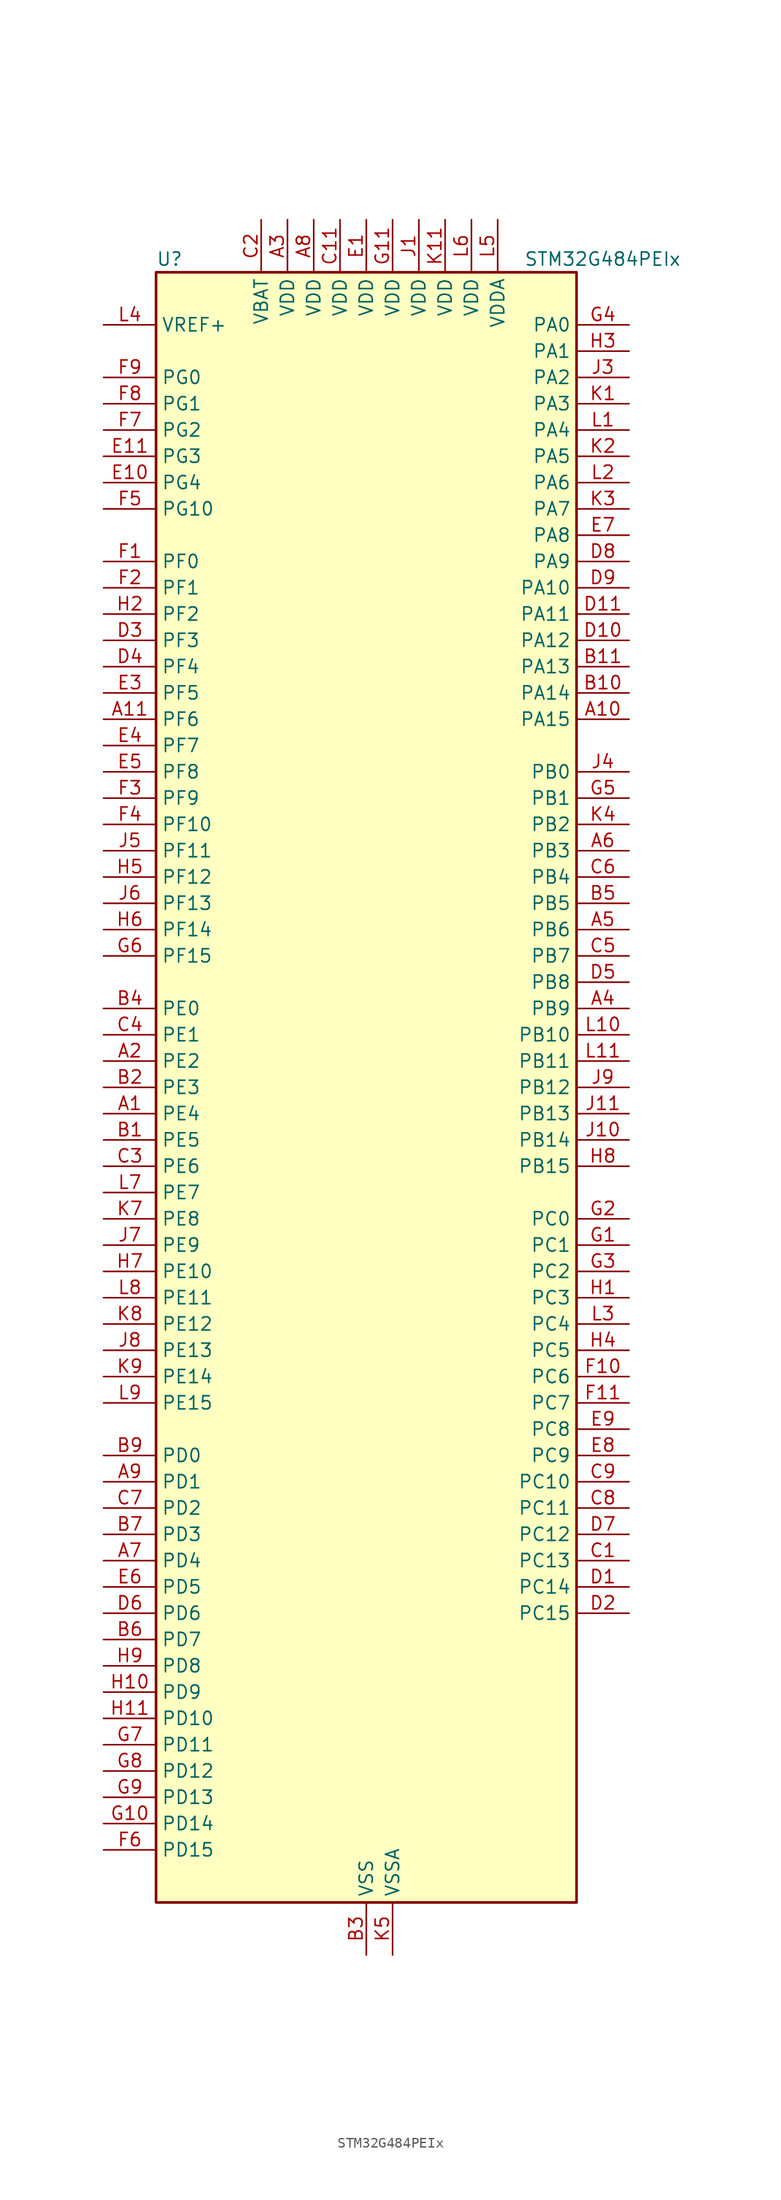
<source format=kicad_sym>
(kicad_symbol_lib
  (version 20241209)
  (generator "kicad_symbol_editor")
  (generator_version "9.0")
  (symbol "STM32G484PEIx"
    (property "Reference" "U"
      (at -20.32 80.01 0)
      (effects (font (size 1.27 1.27)) (justify left)))
    (property "Value" "STM32G484PEIx"
      (at 15.24 80.01 0)
      (effects (font (size 1.27 1.27)) (justify left)))
    (symbol "STM32G484PEIx_0_1"
      (rectangle (start -20.32 -78.74) (end 20.32 78.74) (stroke (width 0.254) (type default)) (fill (type background))))
    (symbol "STM32G484PEIx_1_1"
      (pin input line (at -25.4 73.66 0) (length 5.08) (name "VREF+" (effects (font (size 1.27 1.27)))) (number "L4" (effects (font (size 1.27 1.27)))) (alternate "VREFBUF_OUT" bidirectional line))
      (pin bidirectional line (at -25.4 68.58 0) (length 5.08) (name "PG0" (effects (font (size 1.27 1.27)))) (number "F9" (effects (font (size 1.27 1.27)))) (alternate "FMC_A10" bidirectional line) (alternate "TIM20_CH1N" bidirectional line))
      (pin bidirectional line (at -25.4 66.04 0) (length 5.08) (name "PG1" (effects (font (size 1.27 1.27)))) (number "F8" (effects (font (size 1.27 1.27)))) (alternate "FMC_A11" bidirectional line) (alternate "TIM20_CH2N" bidirectional line))
      (pin bidirectional line (at -25.4 63.5 0) (length 5.08) (name "PG2" (effects (font (size 1.27 1.27)))) (number "F7" (effects (font (size 1.27 1.27)))) (alternate "ADC3_EXTI2" bidirectional line) (alternate "ADC4_EXTI2" bidirectional line) (alternate "ADC5_EXTI2" bidirectional line) (alternate "FMC_A12" bidirectional line) (alternate "SPI1_SCK" bidirectional line) (alternate "TIM20_CH3N" bidirectional line))
      (pin bidirectional line (at -25.4 60.96 0) (length 5.08) (name "PG3" (effects (font (size 1.27 1.27)))) (number "E11" (effects (font (size 1.27 1.27)))) (alternate "ADC3_EXTI3" bidirectional line) (alternate "ADC4_EXTI3" bidirectional line) (alternate "ADC5_EXTI3" bidirectional line) (alternate "FMC_A13" bidirectional line) (alternate "I2C4_SCL" bidirectional line) (alternate "SPI1_MISO" bidirectional line) (alternate "TIM20_BKIN" bidirectional line) (alternate "TIM20_CH4N" bidirectional line))
      (pin bidirectional line (at -25.4 58.42 0) (length 5.08) (name "PG4" (effects (font (size 1.27 1.27)))) (number "E10" (effects (font (size 1.27 1.27)))) (alternate "FMC_A14" bidirectional line) (alternate "I2C4_SDA" bidirectional line) (alternate "SPI1_MOSI" bidirectional line) (alternate "TIM20_BKIN2" bidirectional line))
      (pin bidirectional line (at -25.4 55.88 0) (length 5.08) (name "PG10" (effects (font (size 1.27 1.27)))) (number "F5" (effects (font (size 1.27 1.27)))) (alternate "DAC1_EXTI10" bidirectional line) (alternate "DAC2_EXTI10" bidirectional line) (alternate "DAC3_EXTI10" bidirectional line) (alternate "DAC4_EXTI10" bidirectional line) (alternate "RCC_MCO" bidirectional line))
      (pin bidirectional line (at -25.4 50.8 0) (length 5.08) (name "PF0" (effects (font (size 1.27 1.27)))) (number "F1" (effects (font (size 1.27 1.27)))) (alternate "ADC1_IN10" bidirectional line) (alternate "I2C2_SDA" bidirectional line) (alternate "I2S2_WS" bidirectional line) (alternate "RCC_OSC_IN" bidirectional line) (alternate "SPI2_NSS" bidirectional line) (alternate "TIM1_CH3N" bidirectional line))
      (pin bidirectional line (at -25.4 48.26 0) (length 5.08) (name "PF1" (effects (font (size 1.27 1.27)))) (number "F2" (effects (font (size 1.27 1.27)))) (alternate "ADC2_IN10" bidirectional line) (alternate "COMP3_INM" bidirectional line) (alternate "I2S2_CK" bidirectional line) (alternate "RCC_OSC_OUT" bidirectional line) (alternate "SPI2_SCK" bidirectional line))
      (pin bidirectional line (at -25.4 45.72 0) (length 5.08) (name "PF2" (effects (font (size 1.27 1.27)))) (number "H2" (effects (font (size 1.27 1.27)))) (alternate "ADC3_EXTI2" bidirectional line) (alternate "ADC4_EXTI2" bidirectional line) (alternate "ADC5_EXTI2" bidirectional line) (alternate "FMC_A2" bidirectional line) (alternate "I2C2_SMBA" bidirectional line) (alternate "TIM20_CH3" bidirectional line))
      (pin bidirectional line (at -25.4 43.18 0) (length 5.08) (name "PF3" (effects (font (size 1.27 1.27)))) (number "D3" (effects (font (size 1.27 1.27)))) (alternate "ADC3_EXTI3" bidirectional line) (alternate "ADC4_EXTI3" bidirectional line) (alternate "ADC5_EXTI3" bidirectional line) (alternate "FMC_A3" bidirectional line) (alternate "I2C3_SCL" bidirectional line) (alternate "TIM20_CH4" bidirectional line))
      (pin bidirectional line (at -25.4 40.64 0) (length 5.08) (name "PF4" (effects (font (size 1.27 1.27)))) (number "D4" (effects (font (size 1.27 1.27)))) (alternate "COMP1_OUT" bidirectional line) (alternate "FMC_A4" bidirectional line) (alternate "I2C3_SDA" bidirectional line) (alternate "TIM20_CH1N" bidirectional line))
      (pin bidirectional line (at -25.4 38.1 0) (length 5.08) (name "PF5" (effects (font (size 1.27 1.27)))) (number "E3" (effects (font (size 1.27 1.27)))) (alternate "FMC_A5" bidirectional line) (alternate "TIM20_CH2N" bidirectional line))
      (pin bidirectional line (at -25.4 35.56 0) (length 5.08) (name "PF6" (effects (font (size 1.27 1.27)))) (number "A11" (effects (font (size 1.27 1.27)))) (alternate "I2C2_SCL" bidirectional line) (alternate "QUADSPI1_BK1_IO3" bidirectional line) (alternate "SAI1_SD_B" bidirectional line) (alternate "TIM4_CH4" bidirectional line) (alternate "TIM5_CH1" bidirectional line) (alternate "TIM5_ETR" bidirectional line) (alternate "USART3_RTS" bidirectional line))
      (pin bidirectional line (at -25.4 33.02 0) (length 5.08) (name "PF7" (effects (font (size 1.27 1.27)))) (number "E4" (effects (font (size 1.27 1.27)))) (alternate "FMC_A1" bidirectional line) (alternate "QUADSPI1_BK1_IO2" bidirectional line) (alternate "SAI1_MCLK_B" bidirectional line) (alternate "TIM20_BKIN" bidirectional line) (alternate "TIM5_CH2" bidirectional line))
      (pin bidirectional line (at -25.4 30.48 0) (length 5.08) (name "PF8" (effects (font (size 1.27 1.27)))) (number "E5" (effects (font (size 1.27 1.27)))) (alternate "FMC_A24" bidirectional line) (alternate "QUADSPI1_BK1_IO0" bidirectional line) (alternate "SAI1_SCK_B" bidirectional line) (alternate "TIM20_BKIN2" bidirectional line) (alternate "TIM5_CH3" bidirectional line))
      (pin bidirectional line (at -25.4 27.94 0) (length 5.08) (name "PF9" (effects (font (size 1.27 1.27)))) (number "F3" (effects (font (size 1.27 1.27)))) (alternate "DAC1_EXTI9" bidirectional line) (alternate "DAC2_EXTI9" bidirectional line) (alternate "DAC3_EXTI9" bidirectional line) (alternate "DAC4_EXTI9" bidirectional line) (alternate "FMC_A25" bidirectional line) (alternate "QUADSPI1_BK1_IO1" bidirectional line) (alternate "SAI1_FS_B" bidirectional line) (alternate "SPI2_SCK" bidirectional line) (alternate "TIM15_CH1" bidirectional line) (alternate "TIM20_BKIN" bidirectional line) (alternate "TIM5_CH4" bidirectional line))
      (pin bidirectional line (at -25.4 25.4 0) (length 5.08) (name "PF10" (effects (font (size 1.27 1.27)))) (number "F4" (effects (font (size 1.27 1.27)))) (alternate "DAC1_EXTI10" bidirectional line) (alternate "DAC2_EXTI10" bidirectional line) (alternate "DAC3_EXTI10" bidirectional line) (alternate "DAC4_EXTI10" bidirectional line) (alternate "FMC_A0" bidirectional line) (alternate "QUADSPI1_CLK" bidirectional line) (alternate "SAI1_D3" bidirectional line) (alternate "SPI2_SCK" bidirectional line) (alternate "TIM15_CH2" bidirectional line) (alternate "TIM20_BKIN2" bidirectional line))
      (pin bidirectional line (at -25.4 22.86 0) (length 5.08) (name "PF11" (effects (font (size 1.27 1.27)))) (number "J5" (effects (font (size 1.27 1.27)))) (alternate "ADC1_EXTI11" bidirectional line) (alternate "ADC2_EXTI11" bidirectional line) (alternate "FMC_NE4" bidirectional line) (alternate "TIM20_ETR" bidirectional line))
      (pin bidirectional line (at -25.4 20.32 0) (length 5.08) (name "PF12" (effects (font (size 1.27 1.27)))) (number "H5" (effects (font (size 1.27 1.27)))) (alternate "FMC_A6" bidirectional line) (alternate "TIM20_CH1" bidirectional line))
      (pin bidirectional line (at -25.4 17.78 0) (length 5.08) (name "PF13" (effects (font (size 1.27 1.27)))) (number "J6" (effects (font (size 1.27 1.27)))) (alternate "FMC_A7" bidirectional line) (alternate "I2C4_SMBA" bidirectional line) (alternate "TIM20_CH2" bidirectional line))
      (pin bidirectional line (at -25.4 15.24 0) (length 5.08) (name "PF14" (effects (font (size 1.27 1.27)))) (number "H6" (effects (font (size 1.27 1.27)))) (alternate "FMC_A8" bidirectional line) (alternate "I2C4_SCL" bidirectional line) (alternate "TIM20_CH3" bidirectional line))
      (pin bidirectional line (at -25.4 12.7 0) (length 5.08) (name "PF15" (effects (font (size 1.27 1.27)))) (number "G6" (effects (font (size 1.27 1.27)))) (alternate "ADC1_EXTI15" bidirectional line) (alternate "ADC2_EXTI15" bidirectional line) (alternate "FMC_A9" bidirectional line) (alternate "I2C4_SDA" bidirectional line) (alternate "TIM20_CH4" bidirectional line))
      (pin bidirectional line (at -25.4 7.62 0) (length 5.08) (name "PE0" (effects (font (size 1.27 1.27)))) (number "B4" (effects (font (size 1.27 1.27)))) (alternate "FMC_NBL0" bidirectional line) (alternate "TIM16_CH1" bidirectional line) (alternate "TIM20_CH4N" bidirectional line) (alternate "TIM20_ETR" bidirectional line) (alternate "TIM4_ETR" bidirectional line) (alternate "USART1_TX" bidirectional line))
      (pin bidirectional line (at -25.4 5.08 0) (length 5.08) (name "PE1" (effects (font (size 1.27 1.27)))) (number "C4" (effects (font (size 1.27 1.27)))) (alternate "FMC_NBL1" bidirectional line) (alternate "TIM17_CH1" bidirectional line) (alternate "TIM20_CH4" bidirectional line) (alternate "USART1_RX" bidirectional line))
      (pin bidirectional line (at -25.4 2.54 0) (length 5.08) (name "PE2" (effects (font (size 1.27 1.27)))) (number "A2" (effects (font (size 1.27 1.27)))) (alternate "ADC3_EXTI2" bidirectional line) (alternate "ADC4_EXTI2" bidirectional line) (alternate "ADC5_EXTI2" bidirectional line) (alternate "FMC_A23" bidirectional line) (alternate "SAI1_CK1" bidirectional line) (alternate "SAI1_MCLK_A" bidirectional line) (alternate "SPI4_SCK" bidirectional line) (alternate "SYS_TRACECLK" bidirectional line) (alternate "TIM20_CH1" bidirectional line) (alternate "TIM3_CH1" bidirectional line))
      (pin bidirectional line (at -25.4 0 0) (length 5.08) (name "PE3" (effects (font (size 1.27 1.27)))) (number "B2" (effects (font (size 1.27 1.27)))) (alternate "ADC3_EXTI3" bidirectional line) (alternate "ADC4_EXTI3" bidirectional line) (alternate "ADC5_EXTI3" bidirectional line) (alternate "FMC_A19" bidirectional line) (alternate "SAI1_SD_B" bidirectional line) (alternate "SPI4_NSS" bidirectional line) (alternate "SYS_TRACED0" bidirectional line) (alternate "TIM20_CH2" bidirectional line) (alternate "TIM3_CH2" bidirectional line))
      (pin bidirectional line (at -25.4 -2.54 0) (length 5.08) (name "PE4" (effects (font (size 1.27 1.27)))) (number "A1" (effects (font (size 1.27 1.27)))) (alternate "FMC_A20" bidirectional line) (alternate "SAI1_D2" bidirectional line) (alternate "SAI1_FS_A" bidirectional line) (alternate "SPI4_NSS" bidirectional line) (alternate "SYS_TRACED1" bidirectional line) (alternate "TIM20_CH1N" bidirectional line) (alternate "TIM3_CH3" bidirectional line))
      (pin bidirectional line (at -25.4 -5.08 0) (length 5.08) (name "PE5" (effects (font (size 1.27 1.27)))) (number "B1" (effects (font (size 1.27 1.27)))) (alternate "FMC_A21" bidirectional line) (alternate "SAI1_CK2" bidirectional line) (alternate "SAI1_SCK_A" bidirectional line) (alternate "SPI4_MISO" bidirectional line) (alternate "SYS_TRACED2" bidirectional line) (alternate "TIM20_CH2N" bidirectional line) (alternate "TIM3_CH4" bidirectional line))
      (pin bidirectional line (at -25.4 -7.62 0) (length 5.08) (name "PE6" (effects (font (size 1.27 1.27)))) (number "C3" (effects (font (size 1.27 1.27)))) (alternate "FMC_A22" bidirectional line) (alternate "RTC_TAMP3" bidirectional line) (alternate "SAI1_D1" bidirectional line) (alternate "SAI1_SD_A" bidirectional line) (alternate "SPI4_MOSI" bidirectional line) (alternate "SYS_TRACED3" bidirectional line) (alternate "SYS_WKUP3" bidirectional line) (alternate "TIM20_CH3N" bidirectional line))
      (pin bidirectional line (at -25.4 -10.16 0) (length 5.08) (name "PE7" (effects (font (size 1.27 1.27)))) (number "L7" (effects (font (size 1.27 1.27)))) (alternate "ADC3_IN4" bidirectional line) (alternate "COMP4_INP" bidirectional line) (alternate "FMC_D4" bidirectional line) (alternate "FMC_DA4" bidirectional line) (alternate "SAI1_SD_B" bidirectional line) (alternate "TIM1_ETR" bidirectional line))
      (pin bidirectional line (at -25.4 -12.7 0) (length 5.08) (name "PE8" (effects (font (size 1.27 1.27)))) (number "K7" (effects (font (size 1.27 1.27)))) (alternate "ADC3_IN6" bidirectional line) (alternate "ADC4_IN6" bidirectional line) (alternate "ADC5_IN6" bidirectional line) (alternate "COMP4_INM" bidirectional line) (alternate "FMC_D5" bidirectional line) (alternate "FMC_DA5" bidirectional line) (alternate "SAI1_SCK_B" bidirectional line) (alternate "TIM1_CH1N" bidirectional line) (alternate "TIM5_CH3" bidirectional line))
      (pin bidirectional line (at -25.4 -15.24 0) (length 5.08) (name "PE9" (effects (font (size 1.27 1.27)))) (number "J7" (effects (font (size 1.27 1.27)))) (alternate "ADC3_IN2" bidirectional line) (alternate "DAC1_EXTI9" bidirectional line) (alternate "DAC2_EXTI9" bidirectional line) (alternate "DAC3_EXTI9" bidirectional line) (alternate "DAC4_EXTI9" bidirectional line) (alternate "FMC_D6" bidirectional line) (alternate "FMC_DA6" bidirectional line) (alternate "SAI1_FS_B" bidirectional line) (alternate "TIM1_CH1" bidirectional line) (alternate "TIM5_CH4" bidirectional line))
      (pin bidirectional line (at -25.4 -17.78 0) (length 5.08) (name "PE10" (effects (font (size 1.27 1.27)))) (number "H7" (effects (font (size 1.27 1.27)))) (alternate "ADC3_IN14" bidirectional line) (alternate "ADC4_IN14" bidirectional line) (alternate "ADC5_IN14" bidirectional line) (alternate "DAC1_EXTI10" bidirectional line) (alternate "DAC2_EXTI10" bidirectional line) (alternate "DAC3_EXTI10" bidirectional line) (alternate "DAC4_EXTI10" bidirectional line) (alternate "FMC_D7" bidirectional line) (alternate "FMC_DA7" bidirectional line) (alternate "QUADSPI1_CLK" bidirectional line) (alternate "SAI1_MCLK_B" bidirectional line) (alternate "TIM1_CH2N" bidirectional line))
      (pin bidirectional line (at -25.4 -20.32 0) (length 5.08) (name "PE11" (effects (font (size 1.27 1.27)))) (number "L8" (effects (font (size 1.27 1.27)))) (alternate "ADC1_EXTI11" bidirectional line) (alternate "ADC2_EXTI11" bidirectional line) (alternate "ADC3_IN15" bidirectional line) (alternate "ADC4_IN15" bidirectional line) (alternate "ADC5_IN15" bidirectional line) (alternate "FMC_D8" bidirectional line) (alternate "FMC_DA8" bidirectional line) (alternate "QUADSPI1_BK1_NCS" bidirectional line) (alternate "SPI4_NSS" bidirectional line) (alternate "TIM1_CH2" bidirectional line))
      (pin bidirectional line (at -25.4 -22.86 0) (length 5.08) (name "PE12" (effects (font (size 1.27 1.27)))) (number "K8" (effects (font (size 1.27 1.27)))) (alternate "ADC3_IN16" bidirectional line) (alternate "ADC4_IN16" bidirectional line) (alternate "ADC5_IN16" bidirectional line) (alternate "FMC_D9" bidirectional line) (alternate "FMC_DA9" bidirectional line) (alternate "QUADSPI1_BK1_IO0" bidirectional line) (alternate "SPI4_SCK" bidirectional line) (alternate "TIM1_CH3N" bidirectional line))
      (pin bidirectional line (at -25.4 -25.4 0) (length 5.08) (name "PE13" (effects (font (size 1.27 1.27)))) (number "J8" (effects (font (size 1.27 1.27)))) (alternate "ADC3_IN3" bidirectional line) (alternate "FMC_D10" bidirectional line) (alternate "FMC_DA10" bidirectional line) (alternate "QUADSPI1_BK1_IO1" bidirectional line) (alternate "SPI4_MISO" bidirectional line) (alternate "TIM1_CH3" bidirectional line))
      (pin bidirectional line (at -25.4 -27.94 0) (length 5.08) (name "PE14" (effects (font (size 1.27 1.27)))) (number "K9" (effects (font (size 1.27 1.27)))) (alternate "ADC4_IN1" bidirectional line) (alternate "FMC_D11" bidirectional line) (alternate "FMC_DA11" bidirectional line) (alternate "QUADSPI1_BK1_IO2" bidirectional line) (alternate "SPI4_MOSI" bidirectional line) (alternate "TIM1_BKIN2" bidirectional line) (alternate "TIM1_CH4" bidirectional line))
      (pin bidirectional line (at -25.4 -30.48 0) (length 5.08) (name "PE15" (effects (font (size 1.27 1.27)))) (number "L9" (effects (font (size 1.27 1.27)))) (alternate "ADC1_EXTI15" bidirectional line) (alternate "ADC2_EXTI15" bidirectional line) (alternate "ADC4_IN2" bidirectional line) (alternate "FMC_D12" bidirectional line) (alternate "FMC_DA12" bidirectional line) (alternate "QUADSPI1_BK1_IO3" bidirectional line) (alternate "TIM1_BKIN" bidirectional line) (alternate "TIM1_CH4N" bidirectional line) (alternate "USART3_RX" bidirectional line))
      (pin bidirectional line (at -25.4 -35.56 0) (length 5.08) (name "PD0" (effects (font (size 1.27 1.27)))) (number "B9" (effects (font (size 1.27 1.27)))) (alternate "FDCAN1_RX" bidirectional line) (alternate "FMC_D2" bidirectional line) (alternate "FMC_DA2" bidirectional line) (alternate "TIM8_CH4N" bidirectional line))
      (pin bidirectional line (at -25.4 -38.1 0) (length 5.08) (name "PD1" (effects (font (size 1.27 1.27)))) (number "A9" (effects (font (size 1.27 1.27)))) (alternate "FDCAN1_TX" bidirectional line) (alternate "FMC_D3" bidirectional line) (alternate "FMC_DA3" bidirectional line) (alternate "TIM8_BKIN2" bidirectional line) (alternate "TIM8_CH4" bidirectional line))
      (pin bidirectional line (at -25.4 -40.64 0) (length 5.08) (name "PD2" (effects (font (size 1.27 1.27)))) (number "C7" (effects (font (size 1.27 1.27)))) (alternate "ADC3_EXTI2" bidirectional line) (alternate "ADC4_EXTI2" bidirectional line) (alternate "ADC5_EXTI2" bidirectional line) (alternate "TIM3_ETR" bidirectional line) (alternate "TIM8_BKIN" bidirectional line) (alternate "UART5_RX" bidirectional line))
      (pin bidirectional line (at -25.4 -43.18 0) (length 5.08) (name "PD3" (effects (font (size 1.27 1.27)))) (number "B7" (effects (font (size 1.27 1.27)))) (alternate "ADC3_EXTI3" bidirectional line) (alternate "ADC4_EXTI3" bidirectional line) (alternate "ADC5_EXTI3" bidirectional line) (alternate "FMC_CLK" bidirectional line) (alternate "QUADSPI1_BK2_NCS" bidirectional line) (alternate "TIM2_CH1" bidirectional line) (alternate "TIM2_ETR" bidirectional line) (alternate "USART2_CTS" bidirectional line) (alternate "USART2_NSS" bidirectional line))
      (pin bidirectional line (at -25.4 -45.72 0) (length 5.08) (name "PD4" (effects (font (size 1.27 1.27)))) (number "A7" (effects (font (size 1.27 1.27)))) (alternate "FMC_NOE" bidirectional line) (alternate "QUADSPI1_BK2_IO0" bidirectional line) (alternate "TIM2_CH2" bidirectional line) (alternate "USART2_DE" bidirectional line) (alternate "USART2_RTS" bidirectional line))
      (pin bidirectional line (at -25.4 -48.26 0) (length 5.08) (name "PD5" (effects (font (size 1.27 1.27)))) (number "E6" (effects (font (size 1.27 1.27)))) (alternate "FMC_NWE" bidirectional line) (alternate "QUADSPI1_BK2_IO1" bidirectional line) (alternate "USART2_TX" bidirectional line))
      (pin bidirectional line (at -25.4 -50.8 0) (length 5.08) (name "PD6" (effects (font (size 1.27 1.27)))) (number "D6" (effects (font (size 1.27 1.27)))) (alternate "FMC_NWAIT" bidirectional line) (alternate "QUADSPI1_BK2_IO2" bidirectional line) (alternate "SAI1_D1" bidirectional line) (alternate "SAI1_SD_A" bidirectional line) (alternate "TIM2_CH4" bidirectional line) (alternate "USART2_RX" bidirectional line))
      (pin bidirectional line (at -25.4 -53.34 0) (length 5.08) (name "PD7" (effects (font (size 1.27 1.27)))) (number "B6" (effects (font (size 1.27 1.27)))) (alternate "FMC_NCE" bidirectional line) (alternate "FMC_NE1" bidirectional line) (alternate "QUADSPI1_BK2_IO3" bidirectional line) (alternate "TIM2_CH3" bidirectional line) (alternate "USART2_CK" bidirectional line))
      (pin bidirectional line (at -25.4 -55.88 0) (length 5.08) (name "PD8" (effects (font (size 1.27 1.27)))) (number "H9" (effects (font (size 1.27 1.27)))) (alternate "ADC4_IN12" bidirectional line) (alternate "ADC5_IN12" bidirectional line) (alternate "FMC_D13" bidirectional line) (alternate "FMC_DA13" bidirectional line) (alternate "OPAMP4_VINM" bidirectional line) (alternate "OPAMP4_VINM1" bidirectional line) (alternate "OPAMP4_VINM_SEC" bidirectional line) (alternate "USART3_TX" bidirectional line))
      (pin bidirectional line (at -25.4 -58.42 0) (length 5.08) (name "PD9" (effects (font (size 1.27 1.27)))) (number "H10" (effects (font (size 1.27 1.27)))) (alternate "ADC4_IN13" bidirectional line) (alternate "ADC5_IN13" bidirectional line) (alternate "DAC1_EXTI9" bidirectional line) (alternate "DAC2_EXTI9" bidirectional line) (alternate "DAC3_EXTI9" bidirectional line) (alternate "DAC4_EXTI9" bidirectional line) (alternate "FMC_D14" bidirectional line) (alternate "FMC_DA14" bidirectional line) (alternate "OPAMP6_VINP" bidirectional line) (alternate "OPAMP6_VINP_SEC" bidirectional line) (alternate "USART3_RX" bidirectional line))
      (pin bidirectional line (at -25.4 -60.96 0) (length 5.08) (name "PD10" (effects (font (size 1.27 1.27)))) (number "H11" (effects (font (size 1.27 1.27)))) (alternate "ADC3_IN7" bidirectional line) (alternate "ADC4_IN7" bidirectional line) (alternate "ADC5_IN7" bidirectional line) (alternate "COMP6_INM" bidirectional line) (alternate "DAC1_EXTI10" bidirectional line) (alternate "DAC2_EXTI10" bidirectional line) (alternate "DAC3_EXTI10" bidirectional line) (alternate "DAC4_EXTI10" bidirectional line) (alternate "FMC_D15" bidirectional line) (alternate "FMC_DA15" bidirectional line) (alternate "USART3_CK" bidirectional line))
      (pin bidirectional line (at -25.4 -63.5 0) (length 5.08) (name "PD11" (effects (font (size 1.27 1.27)))) (number "G7" (effects (font (size 1.27 1.27)))) (alternate "ADC1_EXTI11" bidirectional line) (alternate "ADC2_EXTI11" bidirectional line) (alternate "ADC3_IN8" bidirectional line) (alternate "ADC4_IN8" bidirectional line) (alternate "ADC5_IN8" bidirectional line) (alternate "COMP6_INP" bidirectional line) (alternate "FMC_A16" bidirectional line) (alternate "FMC_CLE" bidirectional line) (alternate "I2C4_SMBA" bidirectional line) (alternate "OPAMP4_VINP" bidirectional line) (alternate "OPAMP4_VINP_SEC" bidirectional line) (alternate "TIM5_ETR" bidirectional line) (alternate "USART3_CTS" bidirectional line) (alternate "USART3_NSS" bidirectional line))
      (pin bidirectional line (at -25.4 -66.04 0) (length 5.08) (name "PD12" (effects (font (size 1.27 1.27)))) (number "G8" (effects (font (size 1.27 1.27)))) (alternate "ADC3_IN9" bidirectional line) (alternate "ADC4_IN9" bidirectional line) (alternate "ADC5_IN9" bidirectional line) (alternate "COMP5_INP" bidirectional line) (alternate "FMC_A17" bidirectional line) (alternate "FMC_ALE" bidirectional line) (alternate "OPAMP5_VINP" bidirectional line) (alternate "OPAMP5_VINP_SEC" bidirectional line) (alternate "TIM4_CH1" bidirectional line) (alternate "USART3_DE" bidirectional line) (alternate "USART3_RTS" bidirectional line))
      (pin bidirectional line (at -25.4 -68.58 0) (length 5.08) (name "PD13" (effects (font (size 1.27 1.27)))) (number "G9" (effects (font (size 1.27 1.27)))) (alternate "ADC3_IN10" bidirectional line) (alternate "ADC4_IN10" bidirectional line) (alternate "ADC5_IN10" bidirectional line) (alternate "COMP5_INM" bidirectional line) (alternate "FMC_A18" bidirectional line) (alternate "TIM4_CH2" bidirectional line))
      (pin bidirectional line (at -25.4 -71.12 0) (length 5.08) (name "PD14" (effects (font (size 1.27 1.27)))) (number "G10" (effects (font (size 1.27 1.27)))) (alternate "ADC3_IN11" bidirectional line) (alternate "ADC4_IN11" bidirectional line) (alternate "ADC5_IN11" bidirectional line) (alternate "COMP7_INP" bidirectional line) (alternate "FMC_D0" bidirectional line) (alternate "FMC_DA0" bidirectional line) (alternate "OPAMP2_VINP" bidirectional line) (alternate "OPAMP2_VINP_SEC" bidirectional line) (alternate "TIM4_CH3" bidirectional line))
      (pin bidirectional line (at -25.4 -73.66 0) (length 5.08) (name "PD15" (effects (font (size 1.27 1.27)))) (number "F6" (effects (font (size 1.27 1.27)))) (alternate "ADC1_EXTI15" bidirectional line) (alternate "ADC2_EXTI15" bidirectional line) (alternate "COMP7_INM" bidirectional line) (alternate "FMC_D1" bidirectional line) (alternate "FMC_DA1" bidirectional line) (alternate "SPI2_NSS" bidirectional line) (alternate "TIM4_CH4" bidirectional line))
      (pin power_in line (at -10.16 83.82 270) (length 5.08) (name "VBAT" (effects (font (size 1.27 1.27)))) (number "C2" (effects (font (size 1.27 1.27)))))
      (pin power_in line (at -7.62 83.82 270) (length 5.08) (name "VDD" (effects (font (size 1.27 1.27)))) (number "A3" (effects (font (size 1.27 1.27)))))
      (pin power_in line (at -5.08 83.82 270) (length 5.08) (name "VDD" (effects (font (size 1.27 1.27)))) (number "A8" (effects (font (size 1.27 1.27)))))
      (pin power_in line (at -2.54 83.82 270) (length 5.08) (name "VDD" (effects (font (size 1.27 1.27)))) (number "C11" (effects (font (size 1.27 1.27)))))
      (pin power_in line (at 0 83.82 270) (length 5.08) (name "VDD" (effects (font (size 1.27 1.27)))) (number "E1" (effects (font (size 1.27 1.27)))))
      (pin power_in line (at 0 -83.82 90) (length 5.08) (name "VSS" (effects (font (size 1.27 1.27)))) (number "B3" (effects (font (size 1.27 1.27)))))
      (pin passive line (at 0 -83.82 90) (length 5.08) (hide yes) (name "VSS" (effects (font (size 1.27 1.27)))) (number "B8" (effects (font (size 1.27 1.27)))))
      (pin passive line (at 0 -83.82 90) (length 5.08) (hide yes) (name "VSS" (effects (font (size 1.27 1.27)))) (number "C10" (effects (font (size 1.27 1.27)))))
      (pin passive line (at 0 -83.82 90) (length 5.08) (hide yes) (name "VSS" (effects (font (size 1.27 1.27)))) (number "E2" (effects (font (size 1.27 1.27)))))
      (pin passive line (at 0 -83.82 90) (length 5.08) (hide yes) (name "VSS" (effects (font (size 1.27 1.27)))) (number "J2" (effects (font (size 1.27 1.27)))))
      (pin passive line (at 0 -83.82 90) (length 5.08) (hide yes) (name "VSS" (effects (font (size 1.27 1.27)))) (number "K10" (effects (font (size 1.27 1.27)))))
      (pin passive line (at 0 -83.82 90) (length 5.08) (hide yes) (name "VSS" (effects (font (size 1.27 1.27)))) (number "K6" (effects (font (size 1.27 1.27)))))
      (pin power_in line (at 2.54 83.82 270) (length 5.08) (name "VDD" (effects (font (size 1.27 1.27)))) (number "G11" (effects (font (size 1.27 1.27)))))
      (pin power_in line (at 2.54 -83.82 90) (length 5.08) (name "VSSA" (effects (font (size 1.27 1.27)))) (number "K5" (effects (font (size 1.27 1.27)))))
      (pin power_in line (at 5.08 83.82 270) (length 5.08) (name "VDD" (effects (font (size 1.27 1.27)))) (number "J1" (effects (font (size 1.27 1.27)))))
      (pin power_in line (at 7.62 83.82 270) (length 5.08) (name "VDD" (effects (font (size 1.27 1.27)))) (number "K11" (effects (font (size 1.27 1.27)))))
      (pin power_in line (at 10.16 83.82 270) (length 5.08) (name "VDD" (effects (font (size 1.27 1.27)))) (number "L6" (effects (font (size 1.27 1.27)))))
      (pin power_in line (at 12.7 83.82 270) (length 5.08) (name "VDDA" (effects (font (size 1.27 1.27)))) (number "L5" (effects (font (size 1.27 1.27)))))
      (pin bidirectional line (at 25.4 73.66 180) (length 5.08) (name "PA0" (effects (font (size 1.27 1.27)))) (number "G4" (effects (font (size 1.27 1.27)))) (alternate "ADC1_IN1" bidirectional line) (alternate "ADC2_IN1" bidirectional line) (alternate "COMP1_INM" bidirectional line) (alternate "COMP1_OUT" bidirectional line) (alternate "COMP3_INP" bidirectional line) (alternate "RTC_TAMP2" bidirectional line) (alternate "SYS_WKUP1" bidirectional line) (alternate "TIM2_CH1" bidirectional line) (alternate "TIM2_ETR" bidirectional line) (alternate "TIM5_CH1" bidirectional line) (alternate "TIM8_BKIN" bidirectional line) (alternate "TIM8_ETR" bidirectional line) (alternate "USART2_CTS" bidirectional line) (alternate "USART2_NSS" bidirectional line))
      (pin bidirectional line (at 25.4 71.12 180) (length 5.08) (name "PA1" (effects (font (size 1.27 1.27)))) (number "H3" (effects (font (size 1.27 1.27)))) (alternate "ADC1_IN2" bidirectional line) (alternate "ADC2_IN2" bidirectional line) (alternate "COMP1_INP" bidirectional line) (alternate "OPAMP1_VINP" bidirectional line) (alternate "OPAMP1_VINP_SEC" bidirectional line) (alternate "OPAMP3_VINP" bidirectional line) (alternate "OPAMP3_VINP_SEC" bidirectional line) (alternate "OPAMP6_VINM" bidirectional line) (alternate "OPAMP6_VINM0" bidirectional line) (alternate "OPAMP6_VINM_SEC" bidirectional line) (alternate "RTC_REFIN" bidirectional line) (alternate "TIM15_CH1N" bidirectional line) (alternate "TIM2_CH2" bidirectional line) (alternate "TIM5_CH2" bidirectional line) (alternate "USART2_DE" bidirectional line) (alternate "USART2_RTS" bidirectional line))
      (pin bidirectional line (at 25.4 68.58 180) (length 5.08) (name "PA2" (effects (font (size 1.27 1.27)))) (number "J3" (effects (font (size 1.27 1.27)))) (alternate "ADC1_IN3" bidirectional line) (alternate "ADC3_EXTI2" bidirectional line) (alternate "ADC4_EXTI2" bidirectional line) (alternate "ADC5_EXTI2" bidirectional line) (alternate "COMP2_INM" bidirectional line) (alternate "COMP2_OUT" bidirectional line) (alternate "LPUART1_TX" bidirectional line) (alternate "OPAMP1_VOUT" bidirectional line) (alternate "QUADSPI1_BK1_NCS" bidirectional line) (alternate "RCC_LSCO" bidirectional line) (alternate "SYS_WKUP4" bidirectional line) (alternate "TIM15_CH1" bidirectional line) (alternate "TIM2_CH3" bidirectional line) (alternate "TIM5_CH3" bidirectional line) (alternate "UCPD1_FRSTX1" bidirectional line) (alternate "UCPD1_FRSTX2" bidirectional line) (alternate "USART2_TX" bidirectional line))
      (pin bidirectional line (at 25.4 66.04 180) (length 5.08) (name "PA3" (effects (font (size 1.27 1.27)))) (number "K1" (effects (font (size 1.27 1.27)))) (alternate "ADC1_IN4" bidirectional line) (alternate "ADC3_EXTI3" bidirectional line) (alternate "ADC4_EXTI3" bidirectional line) (alternate "ADC5_EXTI3" bidirectional line) (alternate "COMP2_INP" bidirectional line) (alternate "LPUART1_RX" bidirectional line) (alternate "OPAMP1_VINM" bidirectional line) (alternate "OPAMP1_VINM0" bidirectional line) (alternate "OPAMP1_VINM_SEC" bidirectional line) (alternate "OPAMP1_VINP" bidirectional line) (alternate "OPAMP1_VINP_SEC" bidirectional line) (alternate "OPAMP5_VINM" bidirectional line) (alternate "OPAMP5_VINM1" bidirectional line) (alternate "OPAMP5_VINM_SEC" bidirectional line) (alternate "QUADSPI1_CLK" bidirectional line) (alternate "SAI1_CK1" bidirectional line) (alternate "SAI1_MCLK_A" bidirectional line) (alternate "TIM15_CH2" bidirectional line) (alternate "TIM2_CH4" bidirectional line) (alternate "TIM5_CH4" bidirectional line) (alternate "USART2_RX" bidirectional line))
      (pin bidirectional line (at 25.4 63.5 180) (length 5.08) (name "PA4" (effects (font (size 1.27 1.27)))) (number "L1" (effects (font (size 1.27 1.27)))) (alternate "ADC2_IN17" bidirectional line) (alternate "COMP1_INM" bidirectional line) (alternate "DAC1_OUT1" bidirectional line) (alternate "I2S3_WS" bidirectional line) (alternate "SAI1_FS_B" bidirectional line) (alternate "SPI1_NSS" bidirectional line) (alternate "SPI3_NSS" bidirectional line) (alternate "TIM3_CH2" bidirectional line) (alternate "USART2_CK" bidirectional line))
      (pin bidirectional line (at 25.4 60.96 180) (length 5.08) (name "PA5" (effects (font (size 1.27 1.27)))) (number "K2" (effects (font (size 1.27 1.27)))) (alternate "ADC2_IN13" bidirectional line) (alternate "COMP2_INM" bidirectional line) (alternate "DAC1_OUT2" bidirectional line) (alternate "OPAMP2_VINM" bidirectional line) (alternate "OPAMP2_VINM0" bidirectional line) (alternate "OPAMP2_VINM_SEC" bidirectional line) (alternate "SPI1_SCK" bidirectional line) (alternate "TIM2_CH1" bidirectional line) (alternate "TIM2_ETR" bidirectional line) (alternate "UCPD1_FRSTX1" bidirectional line) (alternate "UCPD1_FRSTX2" bidirectional line))
      (pin bidirectional line (at 25.4 58.42 180) (length 5.08) (name "PA6" (effects (font (size 1.27 1.27)))) (number "L2" (effects (font (size 1.27 1.27)))) (alternate "ADC2_IN3" bidirectional line) (alternate "COMP1_OUT" bidirectional line) (alternate "DAC2_OUT1" bidirectional line) (alternate "LPUART1_CTS" bidirectional line) (alternate "OPAMP2_VOUT" bidirectional line) (alternate "QUADSPI1_BK1_IO3" bidirectional line) (alternate "SPI1_MISO" bidirectional line) (alternate "TIM16_CH1" bidirectional line) (alternate "TIM1_BKIN" bidirectional line) (alternate "TIM3_CH1" bidirectional line) (alternate "TIM8_BKIN" bidirectional line))
      (pin bidirectional line (at 25.4 55.88 180) (length 5.08) (name "PA7" (effects (font (size 1.27 1.27)))) (number "K3" (effects (font (size 1.27 1.27)))) (alternate "ADC2_IN4" bidirectional line) (alternate "COMP2_INP" bidirectional line) (alternate "COMP2_OUT" bidirectional line) (alternate "OPAMP1_VINP" bidirectional line) (alternate "OPAMP1_VINP_SEC" bidirectional line) (alternate "OPAMP2_VINP" bidirectional line) (alternate "OPAMP2_VINP_SEC" bidirectional line) (alternate "QUADSPI1_BK1_IO2" bidirectional line) (alternate "SPI1_MOSI" bidirectional line) (alternate "TIM17_CH1" bidirectional line) (alternate "TIM1_CH1N" bidirectional line) (alternate "TIM3_CH2" bidirectional line) (alternate "TIM8_CH1N" bidirectional line) (alternate "UCPD1_FRSTX1" bidirectional line) (alternate "UCPD1_FRSTX2" bidirectional line))
      (pin bidirectional line (at 25.4 53.34 180) (length 5.08) (name "PA8" (effects (font (size 1.27 1.27)))) (number "E7" (effects (font (size 1.27 1.27)))) (alternate "ADC5_IN1" bidirectional line) (alternate "COMP7_OUT" bidirectional line) (alternate "FDCAN3_RX" bidirectional line) (alternate "HRTIM1_CHA1" bidirectional line) (alternate "I2C2_SDA" bidirectional line) (alternate "I2C3_SCL" bidirectional line) (alternate "I2S2_MCK" bidirectional line) (alternate "OPAMP5_VOUT" bidirectional line) (alternate "RCC_MCO" bidirectional line) (alternate "SAI1_CK2" bidirectional line) (alternate "SAI1_SCK_A" bidirectional line) (alternate "TIM1_CH1" bidirectional line) (alternate "TIM4_ETR" bidirectional line) (alternate "USART1_CK" bidirectional line))
      (pin bidirectional line (at 25.4 50.8 180) (length 5.08) (name "PA9" (effects (font (size 1.27 1.27)))) (number "D8" (effects (font (size 1.27 1.27)))) (alternate "ADC5_IN2" bidirectional line) (alternate "COMP5_OUT" bidirectional line) (alternate "DAC1_EXTI9" bidirectional line) (alternate "DAC2_EXTI9" bidirectional line) (alternate "DAC3_EXTI9" bidirectional line) (alternate "DAC4_EXTI9" bidirectional line) (alternate "HRTIM1_CHA2" bidirectional line) (alternate "I2C2_SCL" bidirectional line) (alternate "I2C3_SMBA" bidirectional line) (alternate "I2S3_MCK" bidirectional line) (alternate "SAI1_FS_A" bidirectional line) (alternate "TIM15_BKIN" bidirectional line) (alternate "TIM1_CH2" bidirectional line) (alternate "TIM2_CH3" bidirectional line) (alternate "UCPD1_DBCC1" bidirectional line) (alternate "USART1_TX" bidirectional line))
      (pin bidirectional line (at 25.4 48.26 180) (length 5.08) (name "PA10" (effects (font (size 1.27 1.27)))) (number "D9" (effects (font (size 1.27 1.27)))) (alternate "COMP6_OUT" bidirectional line) (alternate "CRS_SYNC" bidirectional line) (alternate "DAC1_EXTI10" bidirectional line) (alternate "DAC2_EXTI10" bidirectional line) (alternate "DAC3_EXTI10" bidirectional line) (alternate "DAC4_EXTI10" bidirectional line) (alternate "HRTIM1_CHB1" bidirectional line) (alternate "I2C2_SMBA" bidirectional line) (alternate "SAI1_D1" bidirectional line) (alternate "SAI1_SD_A" bidirectional line) (alternate "SPI2_MISO" bidirectional line) (alternate "TIM17_BKIN" bidirectional line) (alternate "TIM1_CH3" bidirectional line) (alternate "TIM2_CH4" bidirectional line) (alternate "TIM8_BKIN" bidirectional line) (alternate "UCPD1_DBCC2" bidirectional line) (alternate "USART1_RX" bidirectional line))
      (pin bidirectional line (at 25.4 45.72 180) (length 5.08) (name "PA11" (effects (font (size 1.27 1.27)))) (number "D11" (effects (font (size 1.27 1.27)))) (alternate "ADC1_EXTI11" bidirectional line) (alternate "ADC2_EXTI11" bidirectional line) (alternate "COMP1_OUT" bidirectional line) (alternate "FDCAN1_RX" bidirectional line) (alternate "HRTIM1_CHB2" bidirectional line) (alternate "I2S2_SD" bidirectional line) (alternate "SPI2_MOSI" bidirectional line) (alternate "TIM1_BKIN2" bidirectional line) (alternate "TIM1_CH1N" bidirectional line) (alternate "TIM1_CH4" bidirectional line) (alternate "TIM4_CH1" bidirectional line) (alternate "USART1_CTS" bidirectional line) (alternate "USART1_NSS" bidirectional line) (alternate "USB_DM" bidirectional line))
      (pin bidirectional line (at 25.4 43.18 180) (length 5.08) (name "PA12" (effects (font (size 1.27 1.27)))) (number "D10" (effects (font (size 1.27 1.27)))) (alternate "COMP2_OUT" bidirectional line) (alternate "FDCAN1_TX" bidirectional line) (alternate "HRTIM1_FLT1" bidirectional line) (alternate "I2S_CKIN" bidirectional line) (alternate "TIM16_CH1" bidirectional line) (alternate "TIM1_CH2N" bidirectional line) (alternate "TIM1_ETR" bidirectional line) (alternate "TIM4_CH2" bidirectional line) (alternate "USART1_DE" bidirectional line) (alternate "USART1_RTS" bidirectional line) (alternate "USB_DP" bidirectional line))
      (pin bidirectional line (at 25.4 40.64 180) (length 5.08) (name "PA13" (effects (font (size 1.27 1.27)))) (number "B11" (effects (font (size 1.27 1.27)))) (alternate "I2C1_SCL" bidirectional line) (alternate "I2C4_SCL" bidirectional line) (alternate "IR_OUT" bidirectional line) (alternate "SAI1_SD_B" bidirectional line) (alternate "SYS_JTMS-SWDIO" bidirectional line) (alternate "TIM16_CH1N" bidirectional line) (alternate "TIM4_CH3" bidirectional line) (alternate "USART3_CTS" bidirectional line) (alternate "USART3_NSS" bidirectional line))
      (pin bidirectional line (at 25.4 38.1 180) (length 5.08) (name "PA14" (effects (font (size 1.27 1.27)))) (number "B10" (effects (font (size 1.27 1.27)))) (alternate "I2C1_SDA" bidirectional line) (alternate "I2C4_SMBA" bidirectional line) (alternate "LPTIM1_OUT" bidirectional line) (alternate "SAI1_FS_B" bidirectional line) (alternate "SYS_JTCK-SWCLK" bidirectional line) (alternate "TIM1_BKIN" bidirectional line) (alternate "TIM8_CH2" bidirectional line) (alternate "USART2_TX" bidirectional line))
      (pin bidirectional line (at 25.4 35.56 180) (length 5.08) (name "PA15" (effects (font (size 1.27 1.27)))) (number "A10" (effects (font (size 1.27 1.27)))) (alternate "ADC1_EXTI15" bidirectional line) (alternate "ADC2_EXTI15" bidirectional line) (alternate "FDCAN3_TX" bidirectional line) (alternate "HRTIM1_FLT2" bidirectional line) (alternate "I2C1_SCL" bidirectional line) (alternate "I2S3_WS" bidirectional line) (alternate "SPI1_NSS" bidirectional line) (alternate "SPI3_NSS" bidirectional line) (alternate "SYS_JTDI" bidirectional line) (alternate "TIM1_BKIN" bidirectional line) (alternate "TIM2_CH1" bidirectional line) (alternate "TIM2_ETR" bidirectional line) (alternate "TIM8_CH1" bidirectional line) (alternate "UART4_DE" bidirectional line) (alternate "UART4_RTS" bidirectional line) (alternate "USART2_RX" bidirectional line))
      (pin bidirectional line (at 25.4 30.48 180) (length 5.08) (name "PB0" (effects (font (size 1.27 1.27)))) (number "J4" (effects (font (size 1.27 1.27)))) (alternate "ADC1_IN15" bidirectional line) (alternate "ADC3_IN12" bidirectional line) (alternate "COMP4_INP" bidirectional line) (alternate "HRTIM1_FLT5" bidirectional line) (alternate "OPAMP2_VINP" bidirectional line) (alternate "OPAMP2_VINP_SEC" bidirectional line) (alternate "OPAMP3_VINP" bidirectional line) (alternate "OPAMP3_VINP_SEC" bidirectional line) (alternate "QUADSPI1_BK1_IO1" bidirectional line) (alternate "TIM1_CH2N" bidirectional line) (alternate "TIM3_CH3" bidirectional line) (alternate "TIM8_CH2N" bidirectional line) (alternate "UCPD1_FRSTX1" bidirectional line) (alternate "UCPD1_FRSTX2" bidirectional line))
      (pin bidirectional line (at 25.4 27.94 180) (length 5.08) (name "PB1" (effects (font (size 1.27 1.27)))) (number "G5" (effects (font (size 1.27 1.27)))) (alternate "ADC1_IN12" bidirectional line) (alternate "ADC3_IN1" bidirectional line) (alternate "COMP1_INP" bidirectional line) (alternate "COMP4_OUT" bidirectional line) (alternate "HRTIM1_SCOUT" bidirectional line) (alternate "LPUART1_DE" bidirectional line) (alternate "LPUART1_RTS" bidirectional line) (alternate "OPAMP3_VOUT" bidirectional line) (alternate "OPAMP6_VINM" bidirectional line) (alternate "OPAMP6_VINM1" bidirectional line) (alternate "OPAMP6_VINM_SEC" bidirectional line) (alternate "QUADSPI1_BK1_IO0" bidirectional line) (alternate "TIM1_CH3N" bidirectional line) (alternate "TIM3_CH4" bidirectional line) (alternate "TIM8_CH3N" bidirectional line))
      (pin bidirectional line (at 25.4 25.4 180) (length 5.08) (name "PB2" (effects (font (size 1.27 1.27)))) (number "K4" (effects (font (size 1.27 1.27)))) (alternate "ADC2_IN12" bidirectional line) (alternate "ADC3_EXTI2" bidirectional line) (alternate "ADC4_EXTI2" bidirectional line) (alternate "ADC5_EXTI2" bidirectional line) (alternate "COMP4_INM" bidirectional line) (alternate "HRTIM1_SCIN" bidirectional line) (alternate "I2C3_SMBA" bidirectional line) (alternate "LPTIM1_OUT" bidirectional line) (alternate "OPAMP3_VINM" bidirectional line) (alternate "OPAMP3_VINM0" bidirectional line) (alternate "OPAMP3_VINM_SEC" bidirectional line) (alternate "QUADSPI1_BK2_IO1" bidirectional line) (alternate "RTC_OUT2" bidirectional line) (alternate "TIM20_CH1" bidirectional line) (alternate "TIM5_CH1" bidirectional line))
      (pin bidirectional line (at 25.4 22.86 180) (length 5.08) (name "PB3" (effects (font (size 1.27 1.27)))) (number "A6" (effects (font (size 1.27 1.27)))) (alternate "ADC3_EXTI3" bidirectional line) (alternate "ADC4_EXTI3" bidirectional line) (alternate "ADC5_EXTI3" bidirectional line) (alternate "CRS_SYNC" bidirectional line) (alternate "FDCAN3_RX" bidirectional line) (alternate "HRTIM1_EEV9" bidirectional line) (alternate "HRTIM1_SCOUT" bidirectional line) (alternate "I2S3_CK" bidirectional line) (alternate "SAI1_SCK_B" bidirectional line) (alternate "SPI1_SCK" bidirectional line) (alternate "SPI3_SCK" bidirectional line) (alternate "SYS_JTDO-SWO" bidirectional line) (alternate "TIM2_CH2" bidirectional line) (alternate "TIM3_ETR" bidirectional line) (alternate "TIM4_ETR" bidirectional line) (alternate "TIM8_CH1N" bidirectional line) (alternate "USART2_TX" bidirectional line))
      (pin bidirectional line (at 25.4 20.32 180) (length 5.08) (name "PB4" (effects (font (size 1.27 1.27)))) (number "C6" (effects (font (size 1.27 1.27)))) (alternate "FDCAN3_TX" bidirectional line) (alternate "HRTIM1_EEV7" bidirectional line) (alternate "SAI1_MCLK_B" bidirectional line) (alternate "SPI1_MISO" bidirectional line) (alternate "SPI3_MISO" bidirectional line) (alternate "SYS_JTRST" bidirectional line) (alternate "TIM16_CH1" bidirectional line) (alternate "TIM17_BKIN" bidirectional line) (alternate "TIM3_CH1" bidirectional line) (alternate "TIM8_CH2N" bidirectional line) (alternate "UART5_DE" bidirectional line) (alternate "UART5_RTS" bidirectional line) (alternate "UCPD1_CC2" bidirectional line) (alternate "USART2_RX" bidirectional line))
      (pin bidirectional line (at 25.4 17.78 180) (length 5.08) (name "PB5" (effects (font (size 1.27 1.27)))) (number "B5" (effects (font (size 1.27 1.27)))) (alternate "FDCAN2_RX" bidirectional line) (alternate "HRTIM1_EEV6" bidirectional line) (alternate "I2C1_SMBA" bidirectional line) (alternate "I2C3_SDA" bidirectional line) (alternate "I2S3_SD" bidirectional line) (alternate "LPTIM1_IN1" bidirectional line) (alternate "SAI1_SD_B" bidirectional line) (alternate "SPI1_MOSI" bidirectional line) (alternate "SPI3_MOSI" bidirectional line) (alternate "TIM16_BKIN" bidirectional line) (alternate "TIM17_CH1" bidirectional line) (alternate "TIM3_CH2" bidirectional line) (alternate "TIM8_CH3N" bidirectional line) (alternate "UART5_CTS" bidirectional line) (alternate "USART2_CK" bidirectional line))
      (pin bidirectional line (at 25.4 15.24 180) (length 5.08) (name "PB6" (effects (font (size 1.27 1.27)))) (number "A5" (effects (font (size 1.27 1.27)))) (alternate "COMP4_OUT" bidirectional line) (alternate "FDCAN2_TX" bidirectional line) (alternate "HRTIM1_EEV4" bidirectional line) (alternate "HRTIM1_SCIN" bidirectional line) (alternate "LPTIM1_ETR" bidirectional line) (alternate "SAI1_FS_B" bidirectional line) (alternate "TIM16_CH1N" bidirectional line) (alternate "TIM4_CH1" bidirectional line) (alternate "TIM8_BKIN2" bidirectional line) (alternate "TIM8_CH1" bidirectional line) (alternate "TIM8_ETR" bidirectional line) (alternate "UCPD1_CC1" bidirectional line) (alternate "USART1_TX" bidirectional line))
      (pin bidirectional line (at 25.4 12.7 180) (length 5.08) (name "PB7" (effects (font (size 1.27 1.27)))) (number "C5" (effects (font (size 1.27 1.27)))) (alternate "COMP3_OUT" bidirectional line) (alternate "FMC_NL" bidirectional line) (alternate "HRTIM1_EEV3" bidirectional line) (alternate "I2C1_SDA" bidirectional line) (alternate "I2C4_SDA" bidirectional line) (alternate "LPTIM1_IN2" bidirectional line) (alternate "SYS_PVD_IN" bidirectional line) (alternate "TIM17_CH1N" bidirectional line) (alternate "TIM3_CH4" bidirectional line) (alternate "TIM4_CH2" bidirectional line) (alternate "TIM8_BKIN" bidirectional line) (alternate "UART4_CTS" bidirectional line) (alternate "USART1_RX" bidirectional line))
      (pin bidirectional line (at 25.4 10.16 180) (length 5.08) (name "PB8" (effects (font (size 1.27 1.27)))) (number "D5" (effects (font (size 1.27 1.27)))) (alternate "COMP1_OUT" bidirectional line) (alternate "FDCAN1_RX" bidirectional line) (alternate "HRTIM1_EEV8" bidirectional line) (alternate "I2C1_SCL" bidirectional line) (alternate "SAI1_CK1" bidirectional line) (alternate "SAI1_MCLK_A" bidirectional line) (alternate "TIM16_CH1" bidirectional line) (alternate "TIM1_BKIN" bidirectional line) (alternate "TIM4_CH3" bidirectional line) (alternate "TIM8_CH2" bidirectional line) (alternate "USART3_RX" bidirectional line))
      (pin bidirectional line (at 25.4 7.62 180) (length 5.08) (name "PB9" (effects (font (size 1.27 1.27)))) (number "A4" (effects (font (size 1.27 1.27)))) (alternate "COMP2_OUT" bidirectional line) (alternate "DAC1_EXTI9" bidirectional line) (alternate "DAC2_EXTI9" bidirectional line) (alternate "DAC3_EXTI9" bidirectional line) (alternate "DAC4_EXTI9" bidirectional line) (alternate "FDCAN1_TX" bidirectional line) (alternate "HRTIM1_EEV5" bidirectional line) (alternate "I2C1_SDA" bidirectional line) (alternate "IR_OUT" bidirectional line) (alternate "SAI1_D2" bidirectional line) (alternate "SAI1_FS_A" bidirectional line) (alternate "TIM17_CH1" bidirectional line) (alternate "TIM1_CH3N" bidirectional line) (alternate "TIM4_CH4" bidirectional line) (alternate "TIM8_CH3" bidirectional line) (alternate "USART3_TX" bidirectional line))
      (pin bidirectional line (at 25.4 5.08 180) (length 5.08) (name "PB10" (effects (font (size 1.27 1.27)))) (number "L10" (effects (font (size 1.27 1.27)))) (alternate "COMP5_INM" bidirectional line) (alternate "DAC1_EXTI10" bidirectional line) (alternate "DAC2_EXTI10" bidirectional line) (alternate "DAC3_EXTI10" bidirectional line) (alternate "DAC4_EXTI10" bidirectional line) (alternate "HRTIM1_FLT3" bidirectional line) (alternate "LPUART1_RX" bidirectional line) (alternate "OPAMP3_VINM" bidirectional line) (alternate "OPAMP3_VINM1" bidirectional line) (alternate "OPAMP3_VINM_SEC" bidirectional line) (alternate "OPAMP4_VINM" bidirectional line) (alternate "OPAMP4_VINM0" bidirectional line) (alternate "OPAMP4_VINM_SEC" bidirectional line) (alternate "QUADSPI1_CLK" bidirectional line) (alternate "SAI1_SCK_A" bidirectional line) (alternate "TIM1_BKIN" bidirectional line) (alternate "TIM2_CH3" bidirectional line) (alternate "USART3_TX" bidirectional line))
      (pin bidirectional line (at 25.4 2.54 180) (length 5.08) (name "PB11" (effects (font (size 1.27 1.27)))) (number "L11" (effects (font (size 1.27 1.27)))) (alternate "ADC1_EXTI11" bidirectional line) (alternate "ADC1_IN14" bidirectional line) (alternate "ADC2_EXTI11" bidirectional line) (alternate "ADC2_IN14" bidirectional line) (alternate "COMP6_INP" bidirectional line) (alternate "HRTIM1_FLT4" bidirectional line) (alternate "LPUART1_TX" bidirectional line) (alternate "OPAMP4_VINP" bidirectional line) (alternate "OPAMP4_VINP_SEC" bidirectional line) (alternate "OPAMP6_VOUT" bidirectional line) (alternate "QUADSPI1_BK1_NCS" bidirectional line) (alternate "TIM2_CH4" bidirectional line) (alternate "USART3_RX" bidirectional line))
      (pin bidirectional line (at 25.4 0 180) (length 5.08) (name "PB12" (effects (font (size 1.27 1.27)))) (number "J9" (effects (font (size 1.27 1.27)))) (alternate "ADC1_IN11" bidirectional line) (alternate "ADC4_IN3" bidirectional line) (alternate "COMP7_INM" bidirectional line) (alternate "FDCAN2_RX" bidirectional line) (alternate "HRTIM1_CHC1" bidirectional line) (alternate "I2C2_SMBA" bidirectional line) (alternate "I2S2_WS" bidirectional line) (alternate "LPUART1_DE" bidirectional line) (alternate "LPUART1_RTS" bidirectional line) (alternate "OPAMP4_VOUT" bidirectional line) (alternate "OPAMP6_VINP" bidirectional line) (alternate "OPAMP6_VINP_SEC" bidirectional line) (alternate "SPI2_NSS" bidirectional line) (alternate "TIM1_BKIN" bidirectional line) (alternate "TIM5_ETR" bidirectional line) (alternate "USART3_CK" bidirectional line))
      (pin bidirectional line (at 25.4 -2.54 180) (length 5.08) (name "PB13" (effects (font (size 1.27 1.27)))) (number "J11" (effects (font (size 1.27 1.27)))) (alternate "ADC3_IN5" bidirectional line) (alternate "COMP5_INP" bidirectional line) (alternate "FDCAN2_TX" bidirectional line) (alternate "HRTIM1_CHC2" bidirectional line) (alternate "I2S2_CK" bidirectional line) (alternate "LPUART1_CTS" bidirectional line) (alternate "OPAMP3_VINP" bidirectional line) (alternate "OPAMP3_VINP_SEC" bidirectional line) (alternate "OPAMP4_VINP" bidirectional line) (alternate "OPAMP4_VINP_SEC" bidirectional line) (alternate "OPAMP6_VINP" bidirectional line) (alternate "OPAMP6_VINP_SEC" bidirectional line) (alternate "SPI2_SCK" bidirectional line) (alternate "TIM1_CH1N" bidirectional line) (alternate "USART3_CTS" bidirectional line) (alternate "USART3_NSS" bidirectional line))
      (pin bidirectional line (at 25.4 -5.08 180) (length 5.08) (name "PB14" (effects (font (size 1.27 1.27)))) (number "J10" (effects (font (size 1.27 1.27)))) (alternate "ADC1_IN5" bidirectional line) (alternate "ADC4_IN4" bidirectional line) (alternate "COMP4_OUT" bidirectional line) (alternate "COMP7_INP" bidirectional line) (alternate "HRTIM1_CHD1" bidirectional line) (alternate "OPAMP2_VINP" bidirectional line) (alternate "OPAMP2_VINP_SEC" bidirectional line) (alternate "OPAMP5_VINP" bidirectional line) (alternate "OPAMP5_VINP_SEC" bidirectional line) (alternate "SPI2_MISO" bidirectional line) (alternate "TIM15_CH1" bidirectional line) (alternate "TIM1_CH2N" bidirectional line) (alternate "USART3_DE" bidirectional line) (alternate "USART3_RTS" bidirectional line))
      (pin bidirectional line (at 25.4 -7.62 180) (length 5.08) (name "PB15" (effects (font (size 1.27 1.27)))) (number "H8" (effects (font (size 1.27 1.27)))) (alternate "ADC1_EXTI15" bidirectional line) (alternate "ADC2_EXTI15" bidirectional line) (alternate "ADC2_IN15" bidirectional line) (alternate "ADC4_IN5" bidirectional line) (alternate "COMP3_OUT" bidirectional line) (alternate "COMP6_INM" bidirectional line) (alternate "HRTIM1_CHD2" bidirectional line) (alternate "I2S2_SD" bidirectional line) (alternate "OPAMP5_VINM" bidirectional line) (alternate "OPAMP5_VINM0" bidirectional line) (alternate "OPAMP5_VINM_SEC" bidirectional line) (alternate "RTC_REFIN" bidirectional line) (alternate "SPI2_MOSI" bidirectional line) (alternate "TIM15_CH1N" bidirectional line) (alternate "TIM15_CH2" bidirectional line) (alternate "TIM1_CH3N" bidirectional line))
      (pin bidirectional line (at 25.4 -12.7 180) (length 5.08) (name "PC0" (effects (font (size 1.27 1.27)))) (number "G2" (effects (font (size 1.27 1.27)))) (alternate "ADC1_IN6" bidirectional line) (alternate "ADC2_IN6" bidirectional line) (alternate "COMP3_INM" bidirectional line) (alternate "LPTIM1_IN1" bidirectional line) (alternate "LPUART1_RX" bidirectional line) (alternate "TIM1_CH1" bidirectional line))
      (pin bidirectional line (at 25.4 -15.24 180) (length 5.08) (name "PC1" (effects (font (size 1.27 1.27)))) (number "G1" (effects (font (size 1.27 1.27)))) (alternate "ADC1_IN7" bidirectional line) (alternate "ADC2_IN7" bidirectional line) (alternate "COMP3_INP" bidirectional line) (alternate "LPTIM1_OUT" bidirectional line) (alternate "LPUART1_TX" bidirectional line) (alternate "QUADSPI1_BK2_IO0" bidirectional line) (alternate "SAI1_SD_A" bidirectional line) (alternate "TIM1_CH2" bidirectional line))
      (pin bidirectional line (at 25.4 -17.78 180) (length 5.08) (name "PC2" (effects (font (size 1.27 1.27)))) (number "G3" (effects (font (size 1.27 1.27)))) (alternate "ADC1_IN8" bidirectional line) (alternate "ADC2_IN8" bidirectional line) (alternate "ADC3_EXTI2" bidirectional line) (alternate "ADC4_EXTI2" bidirectional line) (alternate "ADC5_EXTI2" bidirectional line) (alternate "COMP3_OUT" bidirectional line) (alternate "LPTIM1_IN2" bidirectional line) (alternate "QUADSPI1_BK2_IO1" bidirectional line) (alternate "TIM1_CH3" bidirectional line) (alternate "TIM20_CH2" bidirectional line))
      (pin bidirectional line (at 25.4 -20.32 180) (length 5.08) (name "PC3" (effects (font (size 1.27 1.27)))) (number "H1" (effects (font (size 1.27 1.27)))) (alternate "ADC1_IN9" bidirectional line) (alternate "ADC2_IN9" bidirectional line) (alternate "ADC3_EXTI3" bidirectional line) (alternate "ADC4_EXTI3" bidirectional line) (alternate "ADC5_EXTI3" bidirectional line) (alternate "LPTIM1_ETR" bidirectional line) (alternate "OPAMP5_VINP" bidirectional line) (alternate "OPAMP5_VINP_SEC" bidirectional line) (alternate "QUADSPI1_BK2_IO2" bidirectional line) (alternate "SAI1_D1" bidirectional line) (alternate "SAI1_SD_A" bidirectional line) (alternate "TIM1_BKIN2" bidirectional line) (alternate "TIM1_CH4" bidirectional line))
      (pin bidirectional line (at 25.4 -22.86 180) (length 5.08) (name "PC4" (effects (font (size 1.27 1.27)))) (number "L3" (effects (font (size 1.27 1.27)))) (alternate "ADC2_IN5" bidirectional line) (alternate "I2C2_SCL" bidirectional line) (alternate "QUADSPI1_BK2_IO3" bidirectional line) (alternate "TIM1_ETR" bidirectional line) (alternate "USART1_TX" bidirectional line))
      (pin bidirectional line (at 25.4 -25.4 180) (length 5.08) (name "PC5" (effects (font (size 1.27 1.27)))) (number "H4" (effects (font (size 1.27 1.27)))) (alternate "ADC2_IN11" bidirectional line) (alternate "HRTIM1_EEV10" bidirectional line) (alternate "OPAMP1_VINM" bidirectional line) (alternate "OPAMP1_VINM1" bidirectional line) (alternate "OPAMP1_VINM_SEC" bidirectional line) (alternate "OPAMP2_VINM" bidirectional line) (alternate "OPAMP2_VINM1" bidirectional line) (alternate "OPAMP2_VINM_SEC" bidirectional line) (alternate "SAI1_D3" bidirectional line) (alternate "SYS_WKUP5" bidirectional line) (alternate "TIM15_BKIN" bidirectional line) (alternate "TIM1_CH4N" bidirectional line) (alternate "USART1_RX" bidirectional line))
      (pin bidirectional line (at 25.4 -27.94 180) (length 5.08) (name "PC6" (effects (font (size 1.27 1.27)))) (number "F10" (effects (font (size 1.27 1.27)))) (alternate "COMP6_OUT" bidirectional line) (alternate "HRTIM1_CHF1" bidirectional line) (alternate "HRTIM1_EEV10" bidirectional line) (alternate "I2C4_SCL" bidirectional line) (alternate "I2S2_MCK" bidirectional line) (alternate "TIM3_CH1" bidirectional line) (alternate "TIM8_CH1" bidirectional line))
      (pin bidirectional line (at 25.4 -30.48 180) (length 5.08) (name "PC7" (effects (font (size 1.27 1.27)))) (number "F11" (effects (font (size 1.27 1.27)))) (alternate "COMP5_OUT" bidirectional line) (alternate "HRTIM1_CHF2" bidirectional line) (alternate "HRTIM1_FLT5" bidirectional line) (alternate "I2C4_SDA" bidirectional line) (alternate "I2S3_MCK" bidirectional line) (alternate "TIM3_CH2" bidirectional line) (alternate "TIM8_CH2" bidirectional line))
      (pin bidirectional line (at 25.4 -33.02 180) (length 5.08) (name "PC8" (effects (font (size 1.27 1.27)))) (number "E9" (effects (font (size 1.27 1.27)))) (alternate "COMP7_OUT" bidirectional line) (alternate "HRTIM1_CHE1" bidirectional line) (alternate "I2C3_SCL" bidirectional line) (alternate "TIM20_CH3" bidirectional line) (alternate "TIM3_CH3" bidirectional line) (alternate "TIM8_CH3" bidirectional line))
      (pin bidirectional line (at 25.4 -35.56 180) (length 5.08) (name "PC9" (effects (font (size 1.27 1.27)))) (number "E8" (effects (font (size 1.27 1.27)))) (alternate "DAC1_EXTI9" bidirectional line) (alternate "DAC2_EXTI9" bidirectional line) (alternate "DAC3_EXTI9" bidirectional line) (alternate "DAC4_EXTI9" bidirectional line) (alternate "HRTIM1_CHE2" bidirectional line) (alternate "I2C3_SDA" bidirectional line) (alternate "I2S_CKIN" bidirectional line) (alternate "TIM3_CH4" bidirectional line) (alternate "TIM8_BKIN2" bidirectional line) (alternate "TIM8_CH4" bidirectional line))
      (pin bidirectional line (at 25.4 -38.1 180) (length 5.08) (name "PC10" (effects (font (size 1.27 1.27)))) (number "C9" (effects (font (size 1.27 1.27)))) (alternate "DAC1_EXTI10" bidirectional line) (alternate "DAC2_EXTI10" bidirectional line) (alternate "DAC3_EXTI10" bidirectional line) (alternate "DAC4_EXTI10" bidirectional line) (alternate "HRTIM1_FLT6" bidirectional line) (alternate "I2S3_CK" bidirectional line) (alternate "SPI3_SCK" bidirectional line) (alternate "TIM8_CH1N" bidirectional line) (alternate "UART4_TX" bidirectional line) (alternate "USART3_TX" bidirectional line))
      (pin bidirectional line (at 25.4 -40.64 180) (length 5.08) (name "PC11" (effects (font (size 1.27 1.27)))) (number "C8" (effects (font (size 1.27 1.27)))) (alternate "ADC1_EXTI11" bidirectional line) (alternate "ADC2_EXTI11" bidirectional line) (alternate "HRTIM1_EEV2" bidirectional line) (alternate "I2C3_SDA" bidirectional line) (alternate "SPI3_MISO" bidirectional line) (alternate "TIM8_CH2N" bidirectional line) (alternate "UART4_RX" bidirectional line) (alternate "USART3_RX" bidirectional line))
      (pin bidirectional line (at 25.4 -43.18 180) (length 5.08) (name "PC12" (effects (font (size 1.27 1.27)))) (number "D7" (effects (font (size 1.27 1.27)))) (alternate "HRTIM1_EEV1" bidirectional line) (alternate "I2S3_SD" bidirectional line) (alternate "SPI3_MOSI" bidirectional line) (alternate "TIM5_CH2" bidirectional line) (alternate "TIM8_CH3N" bidirectional line) (alternate "UART5_TX" bidirectional line) (alternate "UCPD1_FRSTX1" bidirectional line) (alternate "UCPD1_FRSTX2" bidirectional line) (alternate "USART3_CK" bidirectional line))
      (pin bidirectional line (at 25.4 -45.72 180) (length 5.08) (name "PC13" (effects (font (size 1.27 1.27)))) (number "C1" (effects (font (size 1.27 1.27)))) (alternate "RTC_OUT1" bidirectional line) (alternate "RTC_TAMP1" bidirectional line) (alternate "RTC_TS" bidirectional line) (alternate "SYS_WKUP2" bidirectional line) (alternate "TIM1_BKIN" bidirectional line) (alternate "TIM1_CH1N" bidirectional line) (alternate "TIM8_CH4N" bidirectional line))
      (pin bidirectional line (at 25.4 -48.26 180) (length 5.08) (name "PC14" (effects (font (size 1.27 1.27)))) (number "D1" (effects (font (size 1.27 1.27)))) (alternate "RCC_OSC32_IN" bidirectional line))
      (pin bidirectional line (at 25.4 -50.8 180) (length 5.08) (name "PC15" (effects (font (size 1.27 1.27)))) (number "D2" (effects (font (size 1.27 1.27)))) (alternate "ADC1_EXTI15" bidirectional line) (alternate "ADC2_EXTI15" bidirectional line) (alternate "RCC_OSC32_OUT" bidirectional line)))))
</source>
